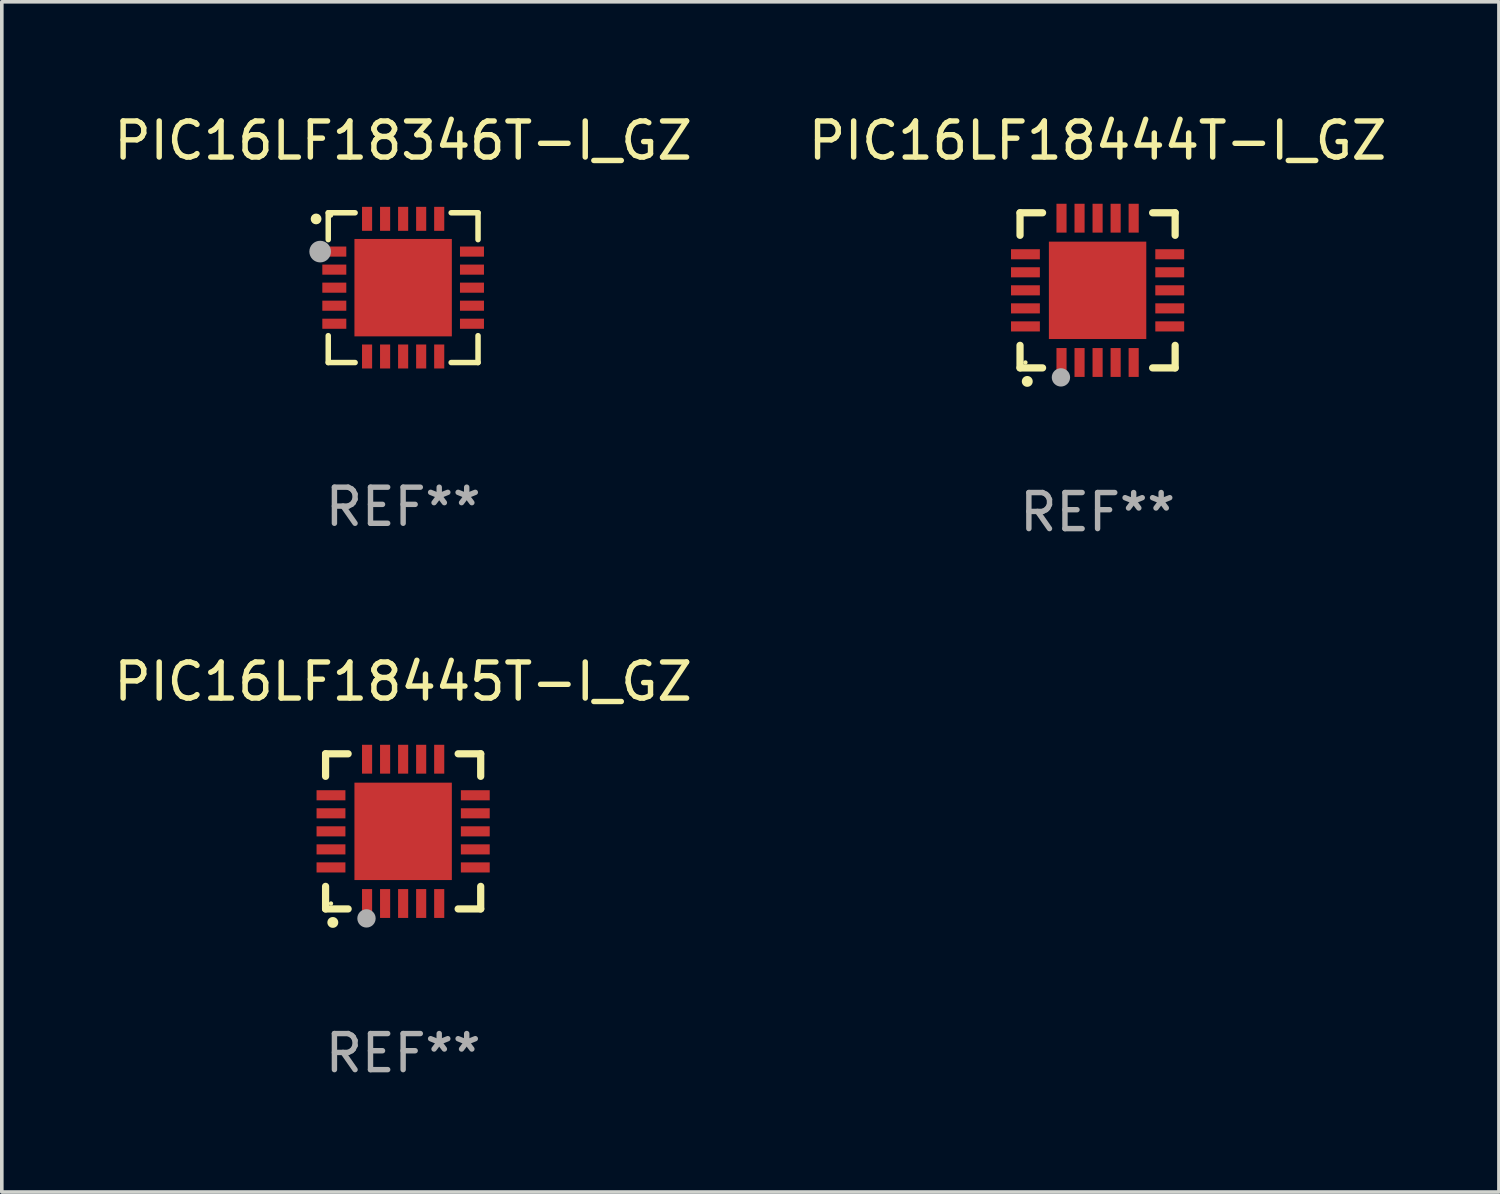
<source format=kicad_pcb>
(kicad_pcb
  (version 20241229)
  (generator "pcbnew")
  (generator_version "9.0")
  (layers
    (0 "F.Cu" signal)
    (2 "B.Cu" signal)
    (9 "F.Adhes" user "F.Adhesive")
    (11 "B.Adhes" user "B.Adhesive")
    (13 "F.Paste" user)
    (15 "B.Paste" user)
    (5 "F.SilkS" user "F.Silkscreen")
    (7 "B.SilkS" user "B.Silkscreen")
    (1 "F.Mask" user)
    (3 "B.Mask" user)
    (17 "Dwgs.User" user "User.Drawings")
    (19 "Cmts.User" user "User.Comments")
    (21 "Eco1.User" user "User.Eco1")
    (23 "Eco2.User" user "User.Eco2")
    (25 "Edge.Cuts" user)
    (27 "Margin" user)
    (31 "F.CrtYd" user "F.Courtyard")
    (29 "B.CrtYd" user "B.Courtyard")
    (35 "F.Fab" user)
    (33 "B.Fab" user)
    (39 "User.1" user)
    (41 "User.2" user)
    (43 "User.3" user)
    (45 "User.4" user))
  (footprint "PIC16LF18346T-I_GZ"
    (layer "F.Cu")
    (at 8.125 4.924)
    (property "Reference" "PIC16LF18346T-I_GZ" (at 0 -4.076 0) (layer "F.SilkS") (effects (font (size 1 1) (thickness 0.15))))
    (attr through_hole)
    (fp_line (start -2.076 -2.076) (end -2.076 -1.331) (stroke (width 0.152) (type solid)) (layer "F.SilkS"))
    (fp_line (start -2.076 2.076) (end -2.076 1.331) (stroke (width 0.152) (type solid)) (layer "F.SilkS"))
    (fp_line (start -1.331 -2.076) (end -2.076 -2.076) (stroke (width 0.152) (type solid)) (layer "F.SilkS"))
    (fp_line (start -1.331 2.076) (end -2.076 2.076) (stroke (width 0.152) (type solid)) (layer "F.SilkS"))
    (fp_line (start 1.331 -2.076) (end 2.076 -2.076) (stroke (width 0.152) (type solid)) (layer "F.SilkS"))
    (fp_line (start 1.331 2.076) (end 2.076 2.076) (stroke (width 0.152) (type solid)) (layer "F.SilkS"))
    (fp_line (start 2.076 -2.076) (end 2.076 -1.331) (stroke (width 0.152) (type solid)) (layer "F.SilkS"))
    (fp_line (start 2.076 2.076) (end 2.076 1.331) (stroke (width 0.152) (type solid)) (layer "F.SilkS"))
    (fp_circle (center -2.413 -1.905) (end -2.338 -1.905) (stroke (width 0.15) (type solid)) (fill no) (layer "F.SilkS"))
    (fp_circle (center -2 -2) (end -1.97 -2) (stroke (width 0.06) (type solid)) (fill no) (layer "F.SilkS"))
    (fp_circle (center -2.3 -1) (end -2.15 -1) (stroke (width 0.3) (type solid)) (fill no) (layer "F.Fab"))
    (fp_text user "REF**" (at 0 6.076 0) (layer "F.Fab") (effects (font (size 1 1) (thickness 0.15))))
    (pad "1" smd rect (at -1.908 -1) (size 0.665 0.28) (layers "F.Cu" "F.Mask" "F.Paste"))
    (pad "2" smd rect (at -1.908 -0.5) (size 0.665 0.28) (layers "F.Cu" "F.Mask" "F.Paste"))
    (pad "3" smd rect (at -1.908 0) (size 0.665 0.28) (layers "F.Cu" "F.Mask" "F.Paste"))
    (pad "4" smd rect (at -1.908 0.5) (size 0.665 0.28) (layers "F.Cu" "F.Mask" "F.Paste"))
    (pad "5" smd rect (at -1.908 1) (size 0.665 0.28) (layers "F.Cu" "F.Mask" "F.Paste"))
    (pad "6" smd rect (at -1 1.908) (size 0.28 0.665) (layers "F.Cu" "F.Mask" "F.Paste"))
    (pad "7" smd rect (at -0.5 1.908) (size 0.28 0.665) (layers "F.Cu" "F.Mask" "F.Paste"))
    (pad "8" smd rect (at 0 1.908) (size 0.28 0.665) (layers "F.Cu" "F.Mask" "F.Paste"))
    (pad "9" smd rect (at 0.5 1.908) (size 0.28 0.665) (layers "F.Cu" "F.Mask" "F.Paste"))
    (pad "10" smd rect (at 1 1.908) (size 0.28 0.665) (layers "F.Cu" "F.Mask" "F.Paste"))
    (pad "11" smd rect (at 1.908 1) (size 0.665 0.28) (layers "F.Cu" "F.Mask" "F.Paste"))
    (pad "12" smd rect (at 1.908 0.5) (size 0.665 0.28) (layers "F.Cu" "F.Mask" "F.Paste"))
    (pad "13" smd rect (at 1.908 0) (size 0.665 0.28) (layers "F.Cu" "F.Mask" "F.Paste"))
    (pad "14" smd rect (at 1.908 -0.5) (size 0.665 0.28) (layers "F.Cu" "F.Mask" "F.Paste"))
    (pad "15" smd rect (at 1.908 -1) (size 0.665 0.28) (layers "F.Cu" "F.Mask" "F.Paste"))
    (pad "16" smd rect (at 1 -1.908) (size 0.28 0.665) (layers "F.Cu" "F.Mask" "F.Paste"))
    (pad "17" smd rect (at 0.5 -1.908) (size 0.28 0.665) (layers "F.Cu" "F.Mask" "F.Paste"))
    (pad "18" smd rect (at 0 -1.908) (size 0.28 0.665) (layers "F.Cu" "F.Mask" "F.Paste"))
    (pad "19" smd rect (at -0.5 -1.908) (size 0.28 0.665) (layers "F.Cu" "F.Mask" "F.Paste"))
    (pad "20" smd rect (at -1 -1.908) (size 0.28 0.665) (layers "F.Cu" "F.Mask" "F.Paste"))
    (pad "21" smd rect (at 0 0) (size 2.7 2.7) (layers "F.Cu" "F.Mask" "F.Paste")))
  (footprint "PIC16LF18445T-I_GZ"
    (layer "F.Cu")
    (at 8.125 19.995)
    (property "Reference" "PIC16LF18445T-I_GZ" (at 0 -4.15 0) (layer "F.SilkS") (effects (font (size 1 1) (thickness 0.15))))
    (attr through_hole)
    (fp_line (start -2.15 -2.15) (end -2.15 -1.525) (stroke (width 0.2) (type solid)) (layer "F.SilkS"))
    (fp_line (start -2.15 2.15) (end -2.15 1.525) (stroke (width 0.2) (type solid)) (layer "F.SilkS"))
    (fp_line (start -1.525 -2.15) (end -2.15 -2.15) (stroke (width 0.2) (type solid)) (layer "F.SilkS"))
    (fp_line (start -1.525 2.15) (end -2.15 2.15) (stroke (width 0.2) (type solid)) (layer "F.SilkS"))
    (fp_line (start 1.525 2.15) (end 2.15 2.15) (stroke (width 0.2) (type solid)) (layer "F.SilkS"))
    (fp_line (start 2.15 -2.15) (end 1.525 -2.15) (stroke (width 0.2) (type solid)) (layer "F.SilkS"))
    (fp_line (start 2.15 -1.525) (end 2.15 -2.15) (stroke (width 0.2) (type solid)) (layer "F.SilkS"))
    (fp_line (start 2.15 2.15) (end 2.15 1.525) (stroke (width 0.2) (type solid)) (layer "F.SilkS"))
    (fp_arc (start -1.950724 2.524765) (mid -1.949454 2.52476) (end -1.948184 2.524765) (stroke (width 0.3) (type solid)) (layer "F.SilkS"))
    (fp_circle (center -2 2) (end -1.97 2) (stroke (width 0.06) (type solid)) (fill no) (layer "F.SilkS"))
    (fp_circle (center -1.016 2.413) (end -0.889 2.413) (stroke (width 0.254) (type solid)) (fill no) (layer "F.Fab"))
    (fp_text user "REF**" (at 0 6.15 0) (layer "F.Fab") (effects (font (size 1 1) (thickness 0.15))))
    (pad "1" smd rect (at -1 2 180) (size 0.28 0.8) (layers "F.Cu" "F.Mask" "F.Paste"))
    (pad "2" smd rect (at -0.5 2 180) (size 0.28 0.8) (layers "F.Cu" "F.Mask" "F.Paste"))
    (pad "3" smd rect (at 0 2 180) (size 0.28 0.8) (layers "F.Cu" "F.Mask" "F.Paste"))
    (pad "4" smd rect (at 0.5 2 180) (size 0.28 0.8) (layers "F.Cu" "F.Mask" "F.Paste"))
    (pad "5" smd rect (at 1 2 180) (size 0.28 0.8) (layers "F.Cu" "F.Mask" "F.Paste"))
    (pad "6" smd rect (at 2 1 90) (size 0.28 0.8) (layers "F.Cu" "F.Mask" "F.Paste"))
    (pad "7" smd rect (at 2 0.5 90) (size 0.28 0.8) (layers "F.Cu" "F.Mask" "F.Paste"))
    (pad "8" smd rect (at 2 0 90) (size 0.28 0.8) (layers "F.Cu" "F.Mask" "F.Paste"))
    (pad "9" smd rect (at 2 -0.5 90) (size 0.28 0.8) (layers "F.Cu" "F.Mask" "F.Paste"))
    (pad "10" smd rect (at 2 -1 90) (size 0.28 0.8) (layers "F.Cu" "F.Mask" "F.Paste"))
    (pad "11" smd rect (at 1 -2 180) (size 0.28 0.8) (layers "F.Cu" "F.Mask" "F.Paste"))
    (pad "12" smd rect (at 0.5 -2 180) (size 0.28 0.8) (layers "F.Cu" "F.Mask" "F.Paste"))
    (pad "13" smd rect (at 0 -2 180) (size 0.28 0.8) (layers "F.Cu" "F.Mask" "F.Paste"))
    (pad "14" smd rect (at -0.5 -2 180) (size 0.28 0.8) (layers "F.Cu" "F.Mask" "F.Paste"))
    (pad "15" smd rect (at -1 -2 180) (size 0.28 0.8) (layers "F.Cu" "F.Mask" "F.Paste"))
    (pad "16" smd rect (at -2 -1 90) (size 0.28 0.8) (layers "F.Cu" "F.Mask" "F.Paste"))
    (pad "17" smd rect (at -2 -0.5 90) (size 0.28 0.8) (layers "F.Cu" "F.Mask" "F.Paste"))
    (pad "18" smd rect (at -2 0 90) (size 0.28 0.8) (layers "F.Cu" "F.Mask" "F.Paste"))
    (pad "19" smd rect (at -2 0.5 90) (size 0.28 0.8) (layers "F.Cu" "F.Mask" "F.Paste"))
    (pad "20" smd rect (at -2 1 90) (size 0.28 0.8) (layers "F.Cu" "F.Mask" "F.Paste"))
    (pad "21" smd rect (at 0 0 90) (size 2.7 2.7) (layers "F.Cu" "F.Mask" "F.Paste")))
  (footprint "PIC16LF18444T-I_GZ"
    (layer "F.Cu")
    (at 27.375 4.998)
    (property "Reference" "PIC16LF18444T-I_GZ" (at 0 -4.15 0) (layer "F.SilkS") (effects (font (size 1 1) (thickness 0.15))))
    (attr through_hole)
    (fp_line (start -2.15 -2.15) (end -2.15 -1.525) (stroke (width 0.2) (type solid)) (layer "F.SilkS"))
    (fp_line (start -2.15 2.15) (end -2.15 1.525) (stroke (width 0.2) (type solid)) (layer "F.SilkS"))
    (fp_line (start -1.525 -2.15) (end -2.15 -2.15) (stroke (width 0.2) (type solid)) (layer "F.SilkS"))
    (fp_line (start -1.525 2.15) (end -2.15 2.15) (stroke (width 0.2) (type solid)) (layer "F.SilkS"))
    (fp_line (start 1.525 2.15) (end 2.15 2.15) (stroke (width 0.2) (type solid)) (layer "F.SilkS"))
    (fp_line (start 2.15 -2.15) (end 1.525 -2.15) (stroke (width 0.2) (type solid)) (layer "F.SilkS"))
    (fp_line (start 2.15 -1.525) (end 2.15 -2.15) (stroke (width 0.2) (type solid)) (layer "F.SilkS"))
    (fp_line (start 2.15 2.15) (end 2.15 1.525) (stroke (width 0.2) (type solid)) (layer "F.SilkS"))
    (fp_arc (start -1.950724 2.524765) (mid -1.949454 2.52476) (end -1.948184 2.524765) (stroke (width 0.3) (type solid)) (layer "F.SilkS"))
    (fp_circle (center -2 2) (end -1.97 2) (stroke (width 0.06) (type solid)) (fill no) (layer "F.SilkS"))
    (fp_circle (center -1.016 2.413) (end -0.889 2.413) (stroke (width 0.254) (type solid)) (fill no) (layer "F.Fab"))
    (fp_text user "REF**" (at 0 6.15 0) (layer "F.Fab") (effects (font (size 1 1) (thickness 0.15))))
    (pad "1" smd rect (at -1 2 180) (size 0.28 0.8) (layers "F.Cu" "F.Mask" "F.Paste"))
    (pad "2" smd rect (at -0.5 2 180) (size 0.28 0.8) (layers "F.Cu" "F.Mask" "F.Paste"))
    (pad "3" smd rect (at 0 2 180) (size 0.28 0.8) (layers "F.Cu" "F.Mask" "F.Paste"))
    (pad "4" smd rect (at 0.5 2 180) (size 0.28 0.8) (layers "F.Cu" "F.Mask" "F.Paste"))
    (pad "5" smd rect (at 1 2 180) (size 0.28 0.8) (layers "F.Cu" "F.Mask" "F.Paste"))
    (pad "6" smd rect (at 2 1 90) (size 0.28 0.8) (layers "F.Cu" "F.Mask" "F.Paste"))
    (pad "7" smd rect (at 2 0.5 90) (size 0.28 0.8) (layers "F.Cu" "F.Mask" "F.Paste"))
    (pad "8" smd rect (at 2 0 90) (size 0.28 0.8) (layers "F.Cu" "F.Mask" "F.Paste"))
    (pad "9" smd rect (at 2 -0.5 90) (size 0.28 0.8) (layers "F.Cu" "F.Mask" "F.Paste"))
    (pad "10" smd rect (at 2 -1 90) (size 0.28 0.8) (layers "F.Cu" "F.Mask" "F.Paste"))
    (pad "11" smd rect (at 1 -2 180) (size 0.28 0.8) (layers "F.Cu" "F.Mask" "F.Paste"))
    (pad "12" smd rect (at 0.5 -2 180) (size 0.28 0.8) (layers "F.Cu" "F.Mask" "F.Paste"))
    (pad "13" smd rect (at 0 -2 180) (size 0.28 0.8) (layers "F.Cu" "F.Mask" "F.Paste"))
    (pad "14" smd rect (at -0.5 -2 180) (size 0.28 0.8) (layers "F.Cu" "F.Mask" "F.Paste"))
    (pad "15" smd rect (at -1 -2 180) (size 0.28 0.8) (layers "F.Cu" "F.Mask" "F.Paste"))
    (pad "16" smd rect (at -2 -1 90) (size 0.28 0.8) (layers "F.Cu" "F.Mask" "F.Paste"))
    (pad "17" smd rect (at -2 -0.5 90) (size 0.28 0.8) (layers "F.Cu" "F.Mask" "F.Paste"))
    (pad "18" smd rect (at -2 0 90) (size 0.28 0.8) (layers "F.Cu" "F.Mask" "F.Paste"))
    (pad "19" smd rect (at -2 0.5 90) (size 0.28 0.8) (layers "F.Cu" "F.Mask" "F.Paste"))
    (pad "20" smd rect (at -2 1 90) (size 0.28 0.8) (layers "F.Cu" "F.Mask" "F.Paste"))
    (pad "21" smd rect (at 0 0 90) (size 2.7 2.7) (layers "F.Cu" "F.Mask" "F.Paste")))
  (gr_rect
    (start -3 -3)
    (end 38.5 29.993)
    (stroke (width 0.1) (type default))
    (fill no)
    (layer "Edge.Cuts")))
</source>
